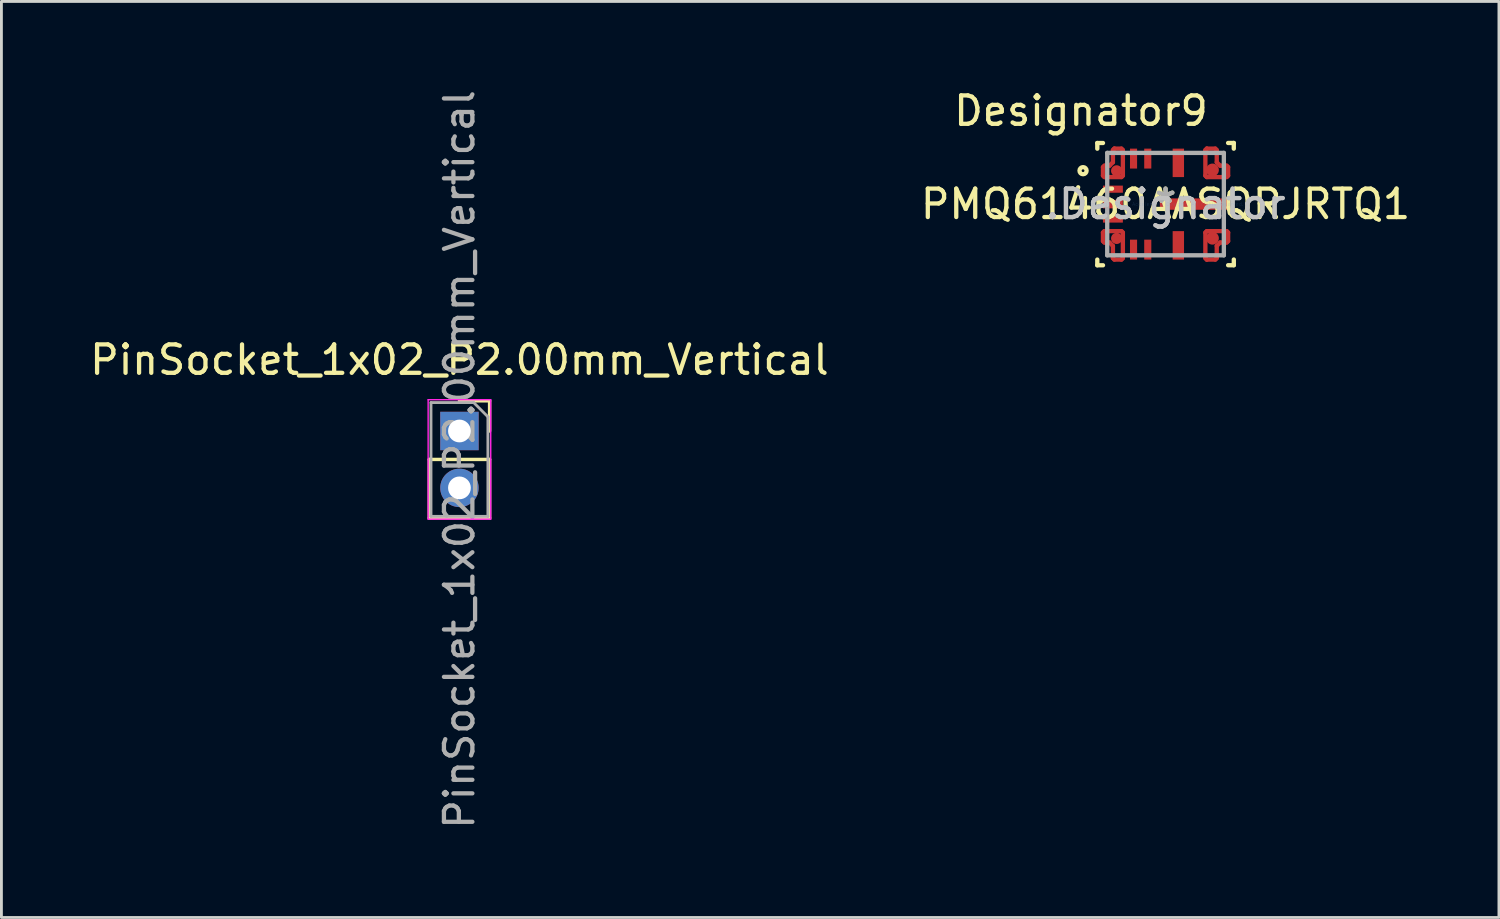
<source format=kicad_pcb>
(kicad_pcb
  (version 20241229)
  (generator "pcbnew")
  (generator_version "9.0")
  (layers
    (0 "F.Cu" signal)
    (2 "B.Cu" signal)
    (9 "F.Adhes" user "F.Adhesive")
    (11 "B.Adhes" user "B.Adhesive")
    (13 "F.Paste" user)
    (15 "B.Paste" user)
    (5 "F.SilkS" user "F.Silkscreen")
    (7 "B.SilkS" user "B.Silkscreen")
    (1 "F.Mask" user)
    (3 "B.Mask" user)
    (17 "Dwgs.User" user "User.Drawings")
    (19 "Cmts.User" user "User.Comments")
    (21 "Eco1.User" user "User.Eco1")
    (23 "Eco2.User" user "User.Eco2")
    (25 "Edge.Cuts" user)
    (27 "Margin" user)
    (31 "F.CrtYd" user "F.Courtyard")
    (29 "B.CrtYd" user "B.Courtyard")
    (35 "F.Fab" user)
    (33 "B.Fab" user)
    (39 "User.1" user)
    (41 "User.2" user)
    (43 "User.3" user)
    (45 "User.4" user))
  (footprint "PMQ61460AASQRJRTQ1"
    (layer "F.Cu")
    (at 37.923 4.125)
    (property "Reference" "PMQ61460AASQRJRTQ1" (at 0 0 0) (layer "F.SilkS") (effects (font (size 1 1) (thickness 0.15))))
    (attr through_hole)
    (fp_line (start -2.2 -1.3) (end -2.15 -1.35) (stroke (width 0.152) (type solid)) (layer "F.Cu"))
    (fp_line (start -2.2 1.3) (end -2.15 1.35) (stroke (width 0.152) (type solid)) (layer "F.Cu"))
    (fp_line (start -2.2 -1) (end -2.2 -1.3) (stroke (width 0.152) (type solid)) (layer "F.Cu"))
    (fp_line (start -2.2 1) (end -2.2 1.3) (stroke (width 0.152) (type solid)) (layer "F.Cu"))
    (fp_line (start -2.15 -1.35) (end -1.97 -1.35) (stroke (width 0.152) (type solid)) (layer "F.Cu"))
    (fp_line (start -2.15 -0.95) (end -2.2 -1) (stroke (width 0.152) (type solid)) (layer "F.Cu"))
    (fp_line (start -2.15 0.95) (end -2.2 1) (stroke (width 0.152) (type solid)) (layer "F.Cu"))
    (fp_line (start -2.15 1.35) (end -1.97 1.35) (stroke (width 0.152) (type solid)) (layer "F.Cu"))
    (fp_line (start -1.97 -1.35) (end -1.85 -1.47) (stroke (width 0.152) (type solid)) (layer "F.Cu"))
    (fp_line (start -1.97 1.35) (end -1.85 1.47) (stroke (width 0.152) (type solid)) (layer "F.Cu"))
    (fp_line (start -1.85 -1.9) (end -1.8 -1.95) (stroke (width 0.152) (type solid)) (layer "F.Cu"))
    (fp_line (start -1.85 1.9) (end -1.8 1.95) (stroke (width 0.152) (type solid)) (layer "F.Cu"))
    (fp_line (start -1.85 -1.47) (end -1.85 -1.9) (stroke (width 0.152) (type solid)) (layer "F.Cu"))
    (fp_line (start -1.85 1.47) (end -1.85 1.9) (stroke (width 0.152) (type solid)) (layer "F.Cu"))
    (fp_line (start -1.8 -1.95) (end -1.8 -1.95) (stroke (width 0.152) (type solid)) (layer "F.Cu"))
    (fp_line (start -1.8 1.95) (end -1.55 1.95) (stroke (width 0.152) (type solid)) (layer "F.Cu"))
    (fp_line (start -1.8 -1.95) (end -1.55 -1.95) (stroke (width 0.152) (type solid)) (layer "F.Cu"))
    (fp_line (start -1.55 -1.95) (end -1.5 -1.9) (stroke (width 0.152) (type solid)) (layer "F.Cu"))
    (fp_line (start -1.55 -0.95) (end -2.15 -0.95) (stroke (width 0.152) (type solid)) (layer "F.Cu"))
    (fp_line (start -1.55 0.95) (end -2.15 0.95) (stroke (width 0.152) (type solid)) (layer "F.Cu"))
    (fp_line (start -1.55 1.95) (end -1.5 1.9) (stroke (width 0.152) (type solid)) (layer "F.Cu"))
    (fp_line (start -1.5 -1.9) (end -1.5 -1) (stroke (width 0.152) (type solid)) (layer "F.Cu"))
    (fp_line (start -1.5 -1) (end -1.55 -0.95) (stroke (width 0.152) (type solid)) (layer "F.Cu"))
    (fp_line (start -1.5 1) (end -1.55 0.95) (stroke (width 0.152) (type solid)) (layer "F.Cu"))
    (fp_line (start -1.5 1.9) (end -1.5 1) (stroke (width 0.152) (type solid)) (layer "F.Cu"))
    (fp_line (start 1.4 -1.9) (end 1.45 -1.95) (stroke (width 0.152) (type solid)) (layer "F.Cu"))
    (fp_line (start 1.4 -1) (end 1.4 -1.9) (stroke (width 0.152) (type solid)) (layer "F.Cu"))
    (fp_line (start 1.4 1) (end 1.4 1.9) (stroke (width 0.152) (type solid)) (layer "F.Cu"))
    (fp_line (start 1.4 1.9) (end 1.45 1.95) (stroke (width 0.152) (type solid)) (layer "F.Cu"))
    (fp_line (start 1.45 -1.95) (end 1.45 -1.95) (stroke (width 0.152) (type solid)) (layer "F.Cu"))
    (fp_line (start 1.45 1.95) (end 1.45 1.95) (stroke (width 0.152) (type solid)) (layer "F.Cu"))
    (fp_line (start 1.45 -1.95) (end 1.75 -1.95) (stroke (width 0.152) (type solid)) (layer "F.Cu"))
    (fp_line (start 1.45 -0.95) (end 1.4 -1) (stroke (width 0.152) (type solid)) (layer "F.Cu"))
    (fp_line (start 1.45 0.95) (end 1.4 1) (stroke (width 0.152) (type solid)) (layer "F.Cu"))
    (fp_line (start 1.45 1.95) (end 1.75 1.95) (stroke (width 0.152) (type solid)) (layer "F.Cu"))
    (fp_line (start 1.75 -1.95) (end 1.8 -1.9) (stroke (width 0.152) (type solid)) (layer "F.Cu"))
    (fp_line (start 1.75 1.95) (end 1.8 1.9) (stroke (width 0.152) (type solid)) (layer "F.Cu"))
    (fp_line (start 1.8 -1.9) (end 1.8 -1.47) (stroke (width 0.152) (type solid)) (layer "F.Cu"))
    (fp_line (start 1.8 -1.47) (end 1.92 -1.35) (stroke (width 0.152) (type solid)) (layer "F.Cu"))
    (fp_line (start 1.8 1.47) (end 1.92 1.35) (stroke (width 0.152) (type solid)) (layer "F.Cu"))
    (fp_line (start 1.8 1.9) (end 1.8 1.47) (stroke (width 0.152) (type solid)) (layer "F.Cu"))
    (fp_line (start 1.92 -1.35) (end 2.15 -1.35) (stroke (width 0.152) (type solid)) (layer "F.Cu"))
    (fp_line (start 1.92 1.35) (end 2.15 1.35) (stroke (width 0.152) (type solid)) (layer "F.Cu"))
    (fp_line (start 2.15 -1.35) (end 2.2 -1.3) (stroke (width 0.152) (type solid)) (layer "F.Cu"))
    (fp_line (start 2.15 -0.95) (end 1.45 -0.95) (stroke (width 0.152) (type solid)) (layer "F.Cu"))
    (fp_line (start 2.15 0.95) (end 1.45 0.95) (stroke (width 0.152) (type solid)) (layer "F.Cu"))
    (fp_line (start 2.15 1.35) (end 2.2 1.3) (stroke (width 0.152) (type solid)) (layer "F.Cu"))
    (fp_line (start 2.2 -1.3) (end 2.2 -1) (stroke (width 0.152) (type solid)) (layer "F.Cu"))
    (fp_line (start 2.2 -1) (end 2.15 -0.95) (stroke (width 0.152) (type solid)) (layer "F.Cu"))
    (fp_line (start 2.2 1) (end 2.15 0.95) (stroke (width 0.152) (type solid)) (layer "F.Cu"))
    (fp_line (start 2.2 1.3) (end 2.2 1) (stroke (width 0.152) (type solid)) (layer "F.Cu"))
    (fp_line (start -2.2 -1.3) (end -2.15 -1.35) (stroke (width 0.152) (type solid)) (layer "F.Mask"))
    (fp_line (start -2.2 1.3) (end -2.2 1) (stroke (width 0.152) (type solid)) (layer "F.Mask"))
    (fp_line (start -2.2 -1) (end -2.2 -1.3) (stroke (width 0.152) (type solid)) (layer "F.Mask"))
    (fp_line (start -2.2 1) (end -2.15 0.95) (stroke (width 0.152) (type solid)) (layer "F.Mask"))
    (fp_line (start -2.15 -1.35) (end -1.97 -1.35) (stroke (width 0.152) (type solid)) (layer "F.Mask"))
    (fp_line (start -2.15 -0.95) (end -2.2 -1) (stroke (width 0.152) (type solid)) (layer "F.Mask"))
    (fp_line (start -2.15 0.95) (end -1.55 0.95) (stroke (width 0.152) (type solid)) (layer "F.Mask"))
    (fp_line (start -2.15 1.35) (end -2.2 1.3) (stroke (width 0.152) (type solid)) (layer "F.Mask"))
    (fp_line (start -1.97 -1.35) (end -1.85 -1.47) (stroke (width 0.152) (type solid)) (layer "F.Mask"))
    (fp_line (start -1.97 1.35) (end -2.15 1.35) (stroke (width 0.152) (type solid)) (layer "F.Mask"))
    (fp_line (start -1.85 -1.9) (end -1.8 -1.95) (stroke (width 0.152) (type solid)) (layer "F.Mask"))
    (fp_line (start -1.85 1.9) (end -1.85 1.47) (stroke (width 0.152) (type solid)) (layer "F.Mask"))
    (fp_line (start -1.85 -1.47) (end -1.85 -1.9) (stroke (width 0.152) (type solid)) (layer "F.Mask"))
    (fp_line (start -1.85 1.47) (end -1.97 1.35) (stroke (width 0.152) (type solid)) (layer "F.Mask"))
    (fp_line (start -1.8 -1.95) (end -1.8 -1.95) (stroke (width 0.152) (type solid)) (layer "F.Mask"))
    (fp_line (start -1.8 1.95) (end -1.85 1.9) (stroke (width 0.152) (type solid)) (layer "F.Mask"))
    (fp_line (start -1.8 -1.95) (end -1.55 -1.95) (stroke (width 0.152) (type solid)) (layer "F.Mask"))
    (fp_line (start -1.55 -1.95) (end -1.5 -1.9) (stroke (width 0.152) (type solid)) (layer "F.Mask"))
    (fp_line (start -1.55 -0.95) (end -2.15 -0.95) (stroke (width 0.152) (type solid)) (layer "F.Mask"))
    (fp_line (start -1.55 0.95) (end -1.5 1) (stroke (width 0.152) (type solid)) (layer "F.Mask"))
    (fp_line (start -1.55 1.95) (end -1.8 1.95) (stroke (width 0.152) (type solid)) (layer "F.Mask"))
    (fp_line (start -1.5 -1.9) (end -1.5 -1) (stroke (width 0.152) (type solid)) (layer "F.Mask"))
    (fp_line (start -1.5 -1) (end -1.55 -0.95) (stroke (width 0.152) (type solid)) (layer "F.Mask"))
    (fp_line (start -1.5 1) (end -1.5 1.9) (stroke (width 0.152) (type solid)) (layer "F.Mask"))
    (fp_line (start -1.5 1.9) (end -1.55 1.95) (stroke (width 0.152) (type solid)) (layer "F.Mask"))
    (fp_line (start 1.4 -1.9) (end 1.45 -1.95) (stroke (width 0.152) (type solid)) (layer "F.Mask"))
    (fp_line (start 1.4 -1) (end 1.4 -1.9) (stroke (width 0.152) (type solid)) (layer "F.Mask"))
    (fp_line (start 1.4 1) (end 1.45 0.95) (stroke (width 0.152) (type solid)) (layer "F.Mask"))
    (fp_line (start 1.4 1.9) (end 1.4 1) (stroke (width 0.152) (type solid)) (layer "F.Mask"))
    (fp_line (start 1.45 -1.95) (end 1.45 -1.95) (stroke (width 0.152) (type solid)) (layer "F.Mask"))
    (fp_line (start 1.45 1.95) (end 1.4 1.9) (stroke (width 0.152) (type solid)) (layer "F.Mask"))
    (fp_line (start 1.45 -1.95) (end 1.75 -1.95) (stroke (width 0.152) (type solid)) (layer "F.Mask"))
    (fp_line (start 1.45 -0.95) (end 1.4 -1) (stroke (width 0.152) (type solid)) (layer "F.Mask"))
    (fp_line (start 1.45 0.95) (end 2.15 0.95) (stroke (width 0.152) (type solid)) (layer "F.Mask"))
    (fp_line (start 1.45 1.95) (end 1.45 1.95) (stroke (width 0.152) (type solid)) (layer "F.Mask"))
    (fp_line (start 1.75 -1.95) (end 1.8 -1.9) (stroke (width 0.152) (type solid)) (layer "F.Mask"))
    (fp_line (start 1.75 1.95) (end 1.45 1.95) (stroke (width 0.152) (type solid)) (layer "F.Mask"))
    (fp_line (start 1.8 -1.9) (end 1.8 -1.47) (stroke (width 0.152) (type solid)) (layer "F.Mask"))
    (fp_line (start 1.8 -1.47) (end 1.92 -1.35) (stroke (width 0.152) (type solid)) (layer "F.Mask"))
    (fp_line (start 1.8 1.47) (end 1.8 1.9) (stroke (width 0.152) (type solid)) (layer "F.Mask"))
    (fp_line (start 1.8 1.9) (end 1.75 1.95) (stroke (width 0.152) (type solid)) (layer "F.Mask"))
    (fp_line (start 1.92 -1.35) (end 2.15 -1.35) (stroke (width 0.152) (type solid)) (layer "F.Mask"))
    (fp_line (start 1.92 1.35) (end 1.8 1.47) (stroke (width 0.152) (type solid)) (layer "F.Mask"))
    (fp_line (start 2.15 -1.35) (end 2.2 -1.3) (stroke (width 0.152) (type solid)) (layer "F.Mask"))
    (fp_line (start 2.15 -0.95) (end 1.45 -0.95) (stroke (width 0.152) (type solid)) (layer "F.Mask"))
    (fp_line (start 2.15 0.95) (end 2.2 1) (stroke (width 0.152) (type solid)) (layer "F.Mask"))
    (fp_line (start 2.15 1.35) (end 1.92 1.35) (stroke (width 0.152) (type solid)) (layer "F.Mask"))
    (fp_line (start 2.2 -1.3) (end 2.2 -1) (stroke (width 0.152) (type solid)) (layer "F.Mask"))
    (fp_line (start 2.2 -1) (end 2.15 -0.95) (stroke (width 0.152) (type solid)) (layer "F.Mask"))
    (fp_line (start 2.2 1) (end 2.2 1.3) (stroke (width 0.152) (type solid)) (layer "F.Mask"))
    (fp_line (start 2.2 1.3) (end 2.15 1.35) (stroke (width 0.152) (type solid)) (layer "F.Mask"))
    (fp_line (start -2.399 -2.148) (end -2.199 -2.148) (stroke (width 0.152) (type solid)) (layer "F.SilkS"))
    (fp_line (start -2.399 -1.948) (end -2.399 -2.148) (stroke (width 0.152) (type solid)) (layer "F.SilkS"))
    (fp_line (start -2.399 2.15) (end -2.399 1.95) (stroke (width 0.152) (type solid)) (layer "F.SilkS"))
    (fp_line (start -2.399 2.15) (end -2.199 2.15) (stroke (width 0.152) (type solid)) (layer "F.SilkS"))
    (fp_line (start 2.199 -2.149) (end 2.399 -2.149) (stroke (width 0.152) (type solid)) (layer "F.SilkS"))
    (fp_line (start 2.2 2.148) (end 2.4 2.148) (stroke (width 0.152) (type solid)) (layer "F.SilkS"))
    (fp_line (start 2.399 -1.949) (end 2.399 -2.149) (stroke (width 0.152) (type solid)) (layer "F.SilkS"))
    (fp_line (start 2.4 2.148) (end 2.4 1.948) (stroke (width 0.152) (type solid)) (layer "F.SilkS"))
    (fp_circle (center -2.9 -1.175) (end -2.775 -1.175) (stroke (width 0.152) (type solid)) (fill no) (layer "F.SilkS"))
    (fp_line (start -2.2 -1.25) (end -2.15 -1.3) (stroke (width 0.152) (type solid)) (layer "F.Paste"))
    (fp_line (start -2.2 1.25) (end -2.15 1.3) (stroke (width 0.152) (type solid)) (layer "F.Paste"))
    (fp_line (start -2.2 -1) (end -2.2 -1.25) (stroke (width 0.152) (type solid)) (layer "F.Paste"))
    (fp_line (start -2.2 1) (end -2.2 1.25) (stroke (width 0.152) (type solid)) (layer "F.Paste"))
    (fp_line (start -2.15 -1.3) (end -1.97 -1.3) (stroke (width 0.152) (type solid)) (layer "F.Paste"))
    (fp_line (start -2.15 -0.95) (end -2.2 -1) (stroke (width 0.152) (type solid)) (layer "F.Paste"))
    (fp_line (start -2.15 0.95) (end -2.2 1) (stroke (width 0.152) (type solid)) (layer "F.Paste"))
    (fp_line (start -2.15 1.3) (end -1.97 1.3) (stroke (width 0.152) (type solid)) (layer "F.Paste"))
    (fp_line (start -1.97 -1.3) (end -1.8 -1.47) (stroke (width 0.152) (type solid)) (layer "F.Paste"))
    (fp_line (start -1.97 1.3) (end -1.8 1.47) (stroke (width 0.152) (type solid)) (layer "F.Paste"))
    (fp_line (start -1.8 -1.9) (end -1.75 -1.95) (stroke (width 0.152) (type solid)) (layer "F.Paste"))
    (fp_line (start -1.8 -1.47) (end -1.8 -1.9) (stroke (width 0.152) (type solid)) (layer "F.Paste"))
    (fp_line (start -1.8 1.47) (end -1.8 1.9) (stroke (width 0.152) (type solid)) (layer "F.Paste"))
    (fp_line (start -1.8 1.9) (end -1.75 1.95) (stroke (width 0.152) (type solid)) (layer "F.Paste"))
    (fp_line (start -1.75 -1.95) (end -1.55 -1.95) (stroke (width 0.152) (type solid)) (layer "F.Paste"))
    (fp_line (start -1.75 1.95) (end -1.55 1.95) (stroke (width 0.152) (type solid)) (layer "F.Paste"))
    (fp_line (start -1.55 -0.95) (end -2.15 -0.95) (stroke (width 0.152) (type solid)) (layer "F.Paste"))
    (fp_line (start -1.55 0.95) (end -2.15 0.95) (stroke (width 0.152) (type solid)) (layer "F.Paste"))
    (fp_line (start -1.55 -1.95) (end -1.5 -1.9) (stroke (width 0.152) (type solid)) (layer "F.Paste"))
    (fp_line (start -1.55 1.95) (end -1.5 1.9) (stroke (width 0.152) (type solid)) (layer "F.Paste"))
    (fp_line (start -1.5 -1.9) (end -1.5 -1) (stroke (width 0.152) (type solid)) (layer "F.Paste"))
    (fp_line (start -1.5 -1) (end -1.55 -0.95) (stroke (width 0.152) (type solid)) (layer "F.Paste"))
    (fp_line (start -1.5 1) (end -1.55 0.95) (stroke (width 0.152) (type solid)) (layer "F.Paste"))
    (fp_line (start -1.5 1.9) (end -1.5 1) (stroke (width 0.152) (type solid)) (layer "F.Paste"))
    (fp_line (start -0.2 -0.15) (end -0.15 -0.2) (stroke (width 0.152) (type solid)) (layer "F.Paste"))
    (fp_line (start -0.2 0.15) (end -0.2 -0.15) (stroke (width 0.152) (type solid)) (layer "F.Paste"))
    (fp_line (start -0.15 -0.2) (end 0.85 -0.2) (stroke (width 0.152) (type solid)) (layer "F.Paste"))
    (fp_line (start -0.15 0.2) (end -0.2 0.15) (stroke (width 0.152) (type solid)) (layer "F.Paste"))
    (fp_line (start 0.85 -0.2) (end 0.9 -0.15) (stroke (width 0.152) (type solid)) (layer "F.Paste"))
    (fp_line (start 0.85 0.2) (end -0.15 0.2) (stroke (width 0.152) (type solid)) (layer "F.Paste"))
    (fp_line (start 0.9 -0.15) (end 0.9 0.15) (stroke (width 0.152) (type solid)) (layer "F.Paste"))
    (fp_line (start 0.9 0.15) (end 0.85 0.2) (stroke (width 0.152) (type solid)) (layer "F.Paste"))
    (fp_line (start 1.1 -0.15) (end 1.15 -0.2) (stroke (width 0.152) (type solid)) (layer "F.Paste"))
    (fp_line (start 1.1 0.15) (end 1.1 -0.15) (stroke (width 0.152) (type solid)) (layer "F.Paste"))
    (fp_line (start 1.15 -0.2) (end 2.15 -0.2) (stroke (width 0.152) (type solid)) (layer "F.Paste"))
    (fp_line (start 1.15 0.2) (end 1.1 0.15) (stroke (width 0.152) (type solid)) (layer "F.Paste"))
    (fp_line (start 1.4 -1.9) (end 1.45 -1.95) (stroke (width 0.152) (type solid)) (layer "F.Paste"))
    (fp_line (start 1.4 -1) (end 1.4 -1.9) (stroke (width 0.152) (type solid)) (layer "F.Paste"))
    (fp_line (start 1.4 1) (end 1.4 1.9) (stroke (width 0.152) (type solid)) (layer "F.Paste"))
    (fp_line (start 1.4 1.9) (end 1.45 1.95) (stroke (width 0.152) (type solid)) (layer "F.Paste"))
    (fp_line (start 1.45 -1.95) (end 1.7 -1.95) (stroke (width 0.152) (type solid)) (layer "F.Paste"))
    (fp_line (start 1.45 1.95) (end 1.7 1.95) (stroke (width 0.152) (type solid)) (layer "F.Paste"))
    (fp_line (start 1.45 -0.95) (end 1.4 -1) (stroke (width 0.152) (type solid)) (layer "F.Paste"))
    (fp_line (start 1.45 0.95) (end 1.4 1) (stroke (width 0.152) (type solid)) (layer "F.Paste"))
    (fp_line (start 1.7 -1.95) (end 1.75 -1.9) (stroke (width 0.152) (type solid)) (layer "F.Paste"))
    (fp_line (start 1.7 1.95) (end 1.75 1.9) (stroke (width 0.152) (type solid)) (layer "F.Paste"))
    (fp_line (start 1.75 -1.9) (end 1.75 -1.47) (stroke (width 0.152) (type solid)) (layer "F.Paste"))
    (fp_line (start 1.75 -1.47) (end 1.92 -1.3) (stroke (width 0.152) (type solid)) (layer "F.Paste"))
    (fp_line (start 1.75 1.47) (end 1.92 1.3) (stroke (width 0.152) (type solid)) (layer "F.Paste"))
    (fp_line (start 1.75 1.9) (end 1.75 1.47) (stroke (width 0.152) (type solid)) (layer "F.Paste"))
    (fp_line (start 1.92 -1.3) (end 2.15 -1.3) (stroke (width 0.152) (type solid)) (layer "F.Paste"))
    (fp_line (start 1.92 1.3) (end 2.15 1.3) (stroke (width 0.152) (type solid)) (layer "F.Paste"))
    (fp_line (start 2.15 -1.3) (end 2.2 -1.25) (stroke (width 0.152) (type solid)) (layer "F.Paste"))
    (fp_line (start 2.15 -0.95) (end 1.45 -0.95) (stroke (width 0.152) (type solid)) (layer "F.Paste"))
    (fp_line (start 2.15 -0.2) (end 2.2 -0.15) (stroke (width 0.152) (type solid)) (layer "F.Paste"))
    (fp_line (start 2.15 0.2) (end 1.15 0.2) (stroke (width 0.152) (type solid)) (layer "F.Paste"))
    (fp_line (start 2.15 0.95) (end 1.45 0.95) (stroke (width 0.152) (type solid)) (layer "F.Paste"))
    (fp_line (start 2.15 1.3) (end 2.2 1.25) (stroke (width 0.152) (type solid)) (layer "F.Paste"))
    (fp_line (start 2.2 -1.25) (end 2.2 -1) (stroke (width 0.152) (type solid)) (layer "F.Paste"))
    (fp_line (start 2.2 -1) (end 2.15 -0.95) (stroke (width 0.152) (type solid)) (layer "F.Paste"))
    (fp_line (start 2.2 -0.15) (end 2.2 0.15) (stroke (width 0.152) (type solid)) (layer "F.Paste"))
    (fp_line (start 2.2 0.15) (end 2.15 0.2) (stroke (width 0.152) (type solid)) (layer "F.Paste"))
    (fp_line (start 2.2 1) (end 2.15 0.95) (stroke (width 0.152) (type solid)) (layer "F.Paste"))
    (fp_line (start 2.2 1.25) (end 2.2 1) (stroke (width 0.152) (type solid)) (layer "F.Paste"))
    (fp_line (start -2.05 -1.8) (end 2.05 -1.8) (stroke (width 0.152) (type solid)) (layer "F.Fab"))
    (fp_line (start -2.05 1.8) (end -2.05 -1.8) (stroke (width 0.152) (type solid)) (layer "F.Fab"))
    (fp_line (start -2.05 1.8) (end 2.05 1.8) (stroke (width 0.152) (type solid)) (layer "F.Fab"))
    (fp_line (start 2.05 1.8) (end 2.05 -1.8) (stroke (width 0.152) (type solid)) (layer "F.Fab"))
    (fp_text user "*" (at 0 0 0) (layer "F.SilkS") (effects (font (size 1 1) (thickness 0.15))))
    (fp_text user "Designator9" (at -2.972 -3.277 0) (layer "F.SilkS") (effects (font (size 1 1) (thickness 0.15))))
    (fp_text user ".Designator" (at 0 0.000015 0) (layer "Dwgs.User") (effects (font (size 1 1) (thickness 0.15))))
    (fp_text user "Copyright 2016 Accelerated Designs. All rights reserved." (at 0 0 0) (layer "Cmts.User") (effects (font (size 0.127 0.127) (thickness 0.002))))
    (fp_text user ".Designator" (at 0 0.000015 0) (layer "F.Fab") (effects (font (size 1 1) (thickness 0.15))))
    (fp_text user "*" (at 0 0 0) (layer "F.Fab") (effects (font (size 1 1) (thickness 0.15))))
    (pad "1" smd circle (at -1.719 -1.169) (size 0.394 0.394) (layers "F.Cu" "F.Mask" "F.Paste"))
    (pad "2" smd rect (at -1.85 -0.525 90) (size 0.25 0.7) (layers "F.Cu" "F.Mask" "F.Paste"))
    (pad "3" smd rect (at -1.85 0) (size 0.7 0.3) (layers "F.Cu" "F.Mask" "F.Paste"))
    (pad "4" smd rect (at -1.85 0.525 90) (size 0.25 0.7) (layers "F.Cu" "F.Mask" "F.Paste"))
    (pad "5" smd circle (at -1.719 1.206) (size 0.394 0.394) (layers "F.Cu" "F.Mask" "F.Paste"))
    (pad "6" smd rect (at -1.125 1.6) (size 0.25 0.7) (layers "F.Cu" "F.Mask" "F.Paste"))
    (pad "7" smd rect (at -0.625 1.6) (size 0.25 0.7) (layers "F.Cu" "F.Mask" "F.Paste"))
    (pad "8" smd rect (at 0.45 1.45) (size 0.4 1) (layers "F.Cu" "F.Mask" "F.Paste"))
    (pad "9" smd circle (at 1.65 1.2) (size 0.45 0.45) (layers "F.Cu" "F.Mask" "F.Paste"))
    (pad "10" smd rect (at 1 0) (size 2.4 0.4) (layers "F.Cu" "F.Mask" "F.Paste"))
    (pad "11" smd circle (at 1.65 -1.2) (size 0.45 0.45) (layers "F.Cu" "F.Mask" "F.Paste"))
    (pad "12" smd rect (at 0.45 -1.45) (size 0.4 1) (layers "F.Cu" "F.Mask" "F.Paste"))
    (pad "13" smd rect (at -0.625 -1.6) (size 0.25 0.7) (layers "F.Cu" "F.Mask" "F.Paste"))
    (pad "14" smd rect (at -1.125 -1.6) (size 0.25 0.7) (layers "F.Cu" "F.Mask" "F.Paste")))
  (footprint "PinSocket_1x02_P2.00mm_Vertical"
    (layer "F.Cu")
    (at 13.101 12.101)
    (property "Reference" "PinSocket_1x02_P2.00mm_Vertical" (at 0 -2.5 0) (layer "F.SilkS") (effects (font (size 1 1) (thickness 0.15))))
    (attr through_hole)
    (fp_line (start -1.06 1) (end -1.06 3.06) (stroke (width 0.12) (type solid)) (layer "F.SilkS"))
    (fp_line (start -1.06 1) (end 1.06 1) (stroke (width 0.12) (type solid)) (layer "F.SilkS"))
    (fp_line (start -1.06 3.06) (end 1.06 3.06) (stroke (width 0.12) (type solid)) (layer "F.SilkS"))
    (fp_line (start 0 -1.06) (end 1.06 -1.06) (stroke (width 0.12) (type solid)) (layer "F.SilkS"))
    (fp_line (start 1.06 -1.06) (end 1.06 0) (stroke (width 0.12) (type solid)) (layer "F.SilkS"))
    (fp_line (start 1.06 1) (end 1.06 3.06) (stroke (width 0.12) (type solid)) (layer "F.SilkS"))
    (fp_line (start -1.1 -1.1) (end 1.1 -1.1) (stroke (width 0.05) (type solid)) (layer "F.CrtYd"))
    (fp_line (start -1.1 3.1) (end -1.1 -1.1) (stroke (width 0.05) (type solid)) (layer "F.CrtYd"))
    (fp_line (start 1.1 -1.1) (end 1.1 3.1) (stroke (width 0.05) (type solid)) (layer "F.CrtYd"))
    (fp_line (start 1.1 3.1) (end -1.1 3.1) (stroke (width 0.05) (type solid)) (layer "F.CrtYd"))
    (fp_line (start -1 -1) (end 0.5 -1) (stroke (width 0.1) (type solid)) (layer "F.Fab"))
    (fp_line (start -1 3) (end -1 -1) (stroke (width 0.1) (type solid)) (layer "F.Fab"))
    (fp_line (start 0.5 -1) (end 1 -0.5) (stroke (width 0.1) (type solid)) (layer "F.Fab"))
    (fp_line (start 1 -0.5) (end 1 3) (stroke (width 0.1) (type solid)) (layer "F.Fab"))
    (fp_line (start 1 3) (end -1 3) (stroke (width 0.1) (type solid)) (layer "F.Fab"))
    (fp_text user "${REFERENCE}" (at 0 1 90) (layer "F.Fab") (effects (font (size 1 1) (thickness 0.15))))
    (pad "1" thru_hole rect (at 0 0) (size 1.35 1.35) (drill 0.8) (layers "*.Cu" "*.Mask"))
    (pad "2" thru_hole oval (at 0 2) (size 1.35 1.35) (drill 0.8) (layers "*.Cu" "*.Mask")))
  (gr_rect
    (start -3 -3)
    (end 49.643 29.202)
    (stroke (width 0.1) (type default))
    (fill no)
    (layer "Edge.Cuts")))
</source>
